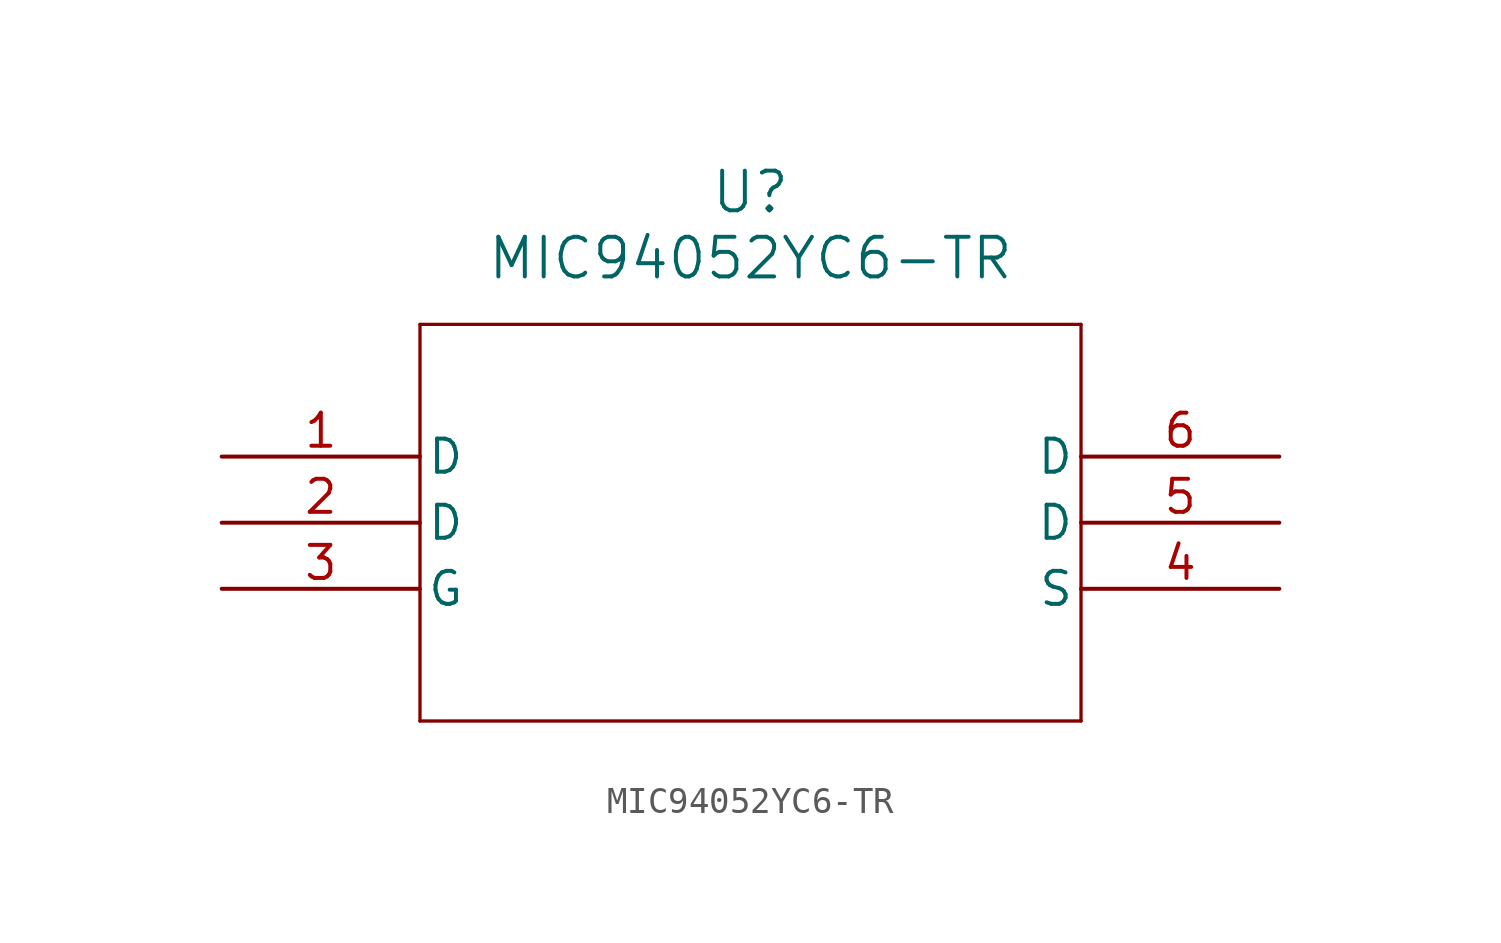
<source format=kicad_sym>
(kicad_symbol_lib
  (version 20211014)
  (generator kicad_symbol_editor)
  (symbol "MIC94052YC6-TR"
    (pin_names
      (offset 0.254))
    (property "Reference" "U"
      (at 20.32 10.16 0)
      (effects (font (size 1.524 1.524))))
    (property "Value" "MIC94052YC6-TR"
      (at 20.32 7.62 0)
      (effects (font (size 1.524 1.524))))
    (symbol "MIC94052YC6-TR_0_1"
      (polyline (pts (xy 7.62 5.08) (xy 7.62 -10.16)) (stroke (width 0.127) (type default) (color 0 0 0 0)) (fill (type none)))
      (polyline (pts (xy 7.62 -10.16) (xy 33.02 -10.16)) (stroke (width 0.127) (type default) (color 0 0 0 0)) (fill (type none)))
      (polyline (pts (xy 33.02 -10.16) (xy 33.02 5.08)) (stroke (width 0.127) (type default) (color 0 0 0 0)) (fill (type none)))
      (polyline (pts (xy 33.02 5.08) (xy 7.62 5.08)) (stroke (width 0.127) (type default) (color 0 0 0 0)) (fill (type none)))
      (pin unspecified line (at 0 0 0) (length 7.62) (name "D" (effects (font (size 1.27 1.27)))) (number "1" (effects (font (size 1.27 1.27)))))
      (pin unspecified line (at 0 -2.54 0) (length 7.62) (name "D" (effects (font (size 1.27 1.27)))) (number "2" (effects (font (size 1.27 1.27)))))
      (pin unspecified line (at 0 -5.08 0) (length 7.62) (name "G" (effects (font (size 1.27 1.27)))) (number "3" (effects (font (size 1.27 1.27)))))
      (pin unspecified line (at 40.64 -5.08 180) (length 7.62) (name "S" (effects (font (size 1.27 1.27)))) (number "4" (effects (font (size 1.27 1.27)))))
      (pin unspecified line (at 40.64 -2.54 180) (length 7.62) (name "D" (effects (font (size 1.27 1.27)))) (number "5" (effects (font (size 1.27 1.27)))))
      (pin unspecified line (at 40.64 0 180) (length 7.62) (name "D" (effects (font (size 1.27 1.27)))) (number "6" (effects (font (size 1.27 1.27))))))))
</source>
